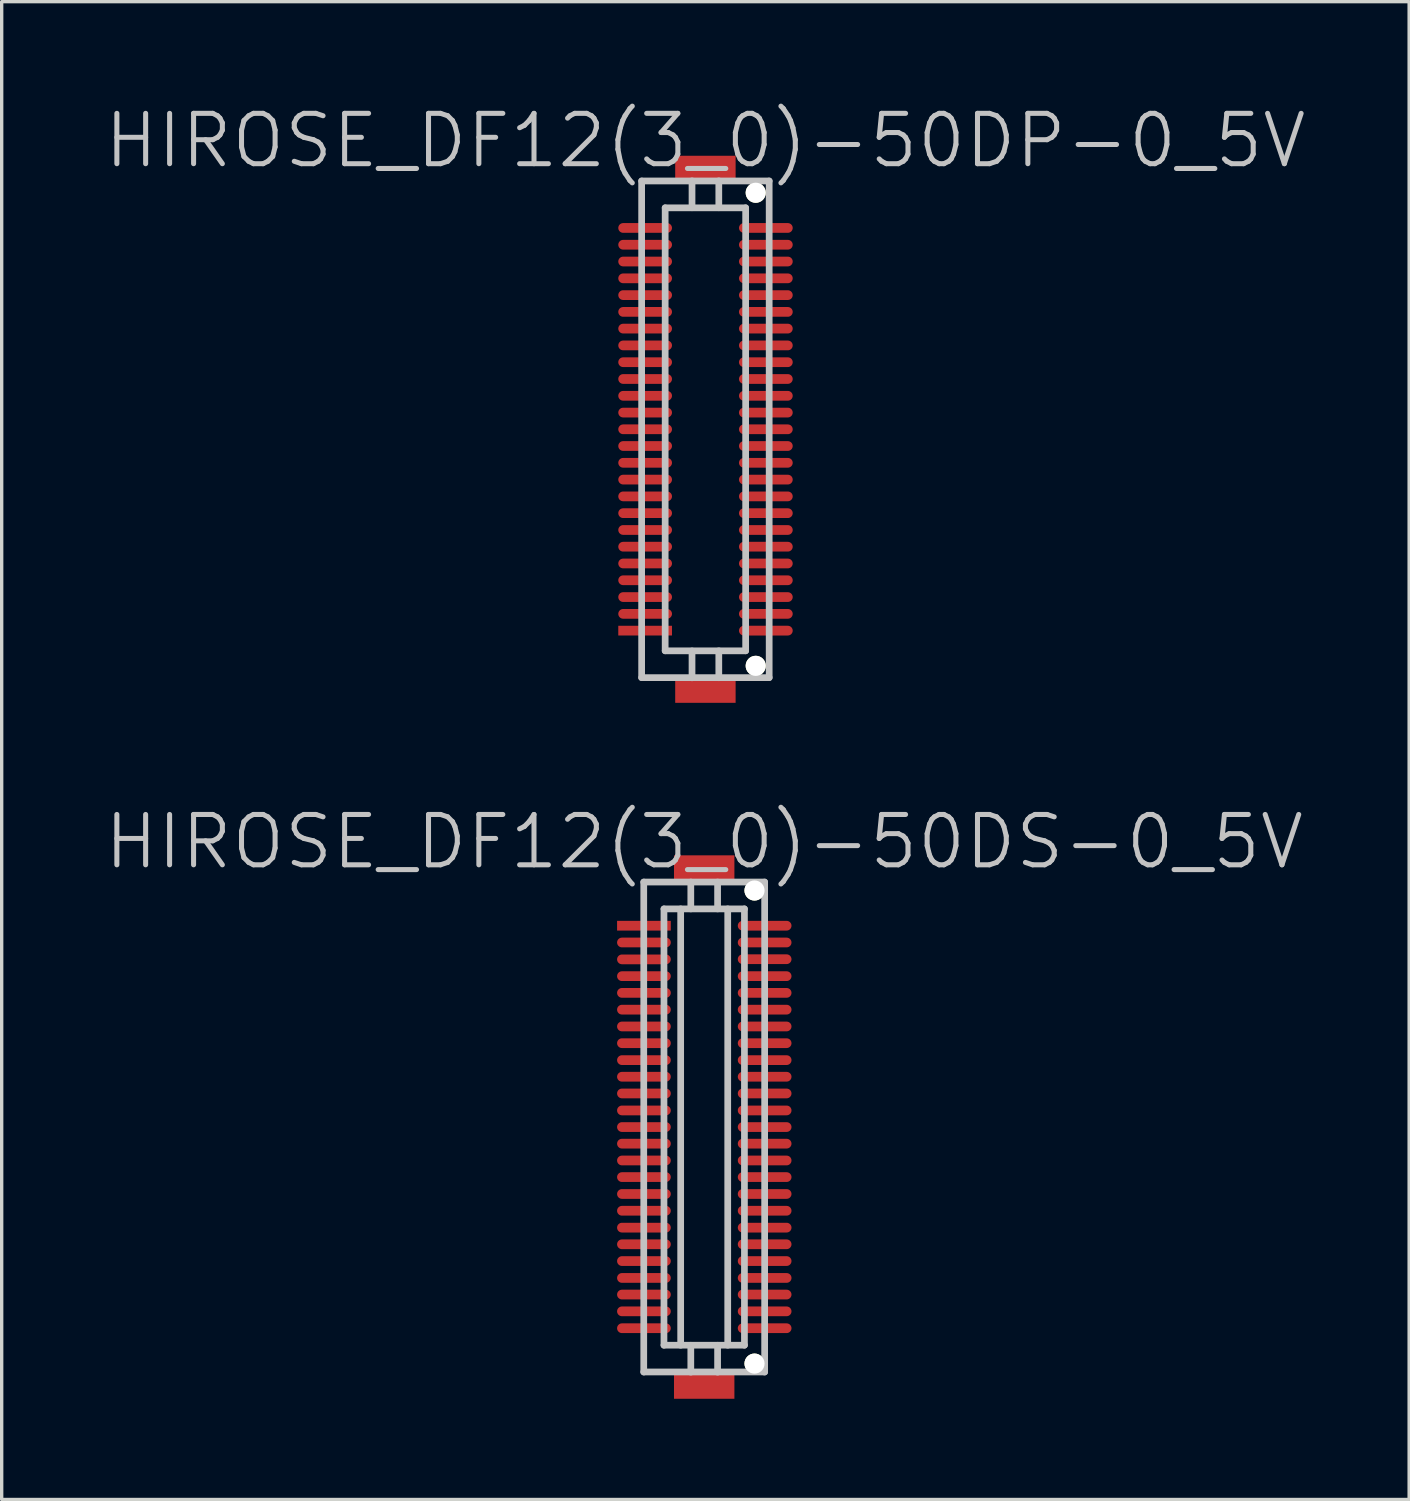
<source format=kicad_pcb>
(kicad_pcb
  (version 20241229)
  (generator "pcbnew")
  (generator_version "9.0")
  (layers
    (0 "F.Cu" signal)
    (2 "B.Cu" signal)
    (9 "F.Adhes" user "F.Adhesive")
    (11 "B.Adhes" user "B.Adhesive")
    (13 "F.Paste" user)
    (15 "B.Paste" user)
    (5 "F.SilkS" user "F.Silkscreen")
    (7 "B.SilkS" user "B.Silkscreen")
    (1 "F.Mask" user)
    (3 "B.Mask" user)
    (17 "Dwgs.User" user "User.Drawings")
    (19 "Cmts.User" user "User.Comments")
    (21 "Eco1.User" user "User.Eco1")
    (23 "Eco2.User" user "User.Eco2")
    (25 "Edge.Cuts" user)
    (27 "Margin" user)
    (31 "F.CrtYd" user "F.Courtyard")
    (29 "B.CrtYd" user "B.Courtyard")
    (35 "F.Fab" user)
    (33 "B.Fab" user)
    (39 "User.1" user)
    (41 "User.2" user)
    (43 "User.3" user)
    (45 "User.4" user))
  (footprint "HIROSE_DF12(3_0)-50DS-0_5V"
    (layer "F.Cu")
    (at 17.932 30.531)
    (property "Reference" "HIROSE_DF12(3_0)-50DS-0_5V" (at 0 -8.5 180) (layer "Dwgs.User") (effects (font (size 1.5 1.5) (thickness 0.15))))
    (attr smd)
    (fp_line (start -1.801 -7.3) (end -1.801 7.3) (stroke (width 0.2) (type solid)) (layer "Dwgs.User"))
    (fp_line (start -1.801 -7.3) (end 1.801 -7.3) (stroke (width 0.2) (type solid)) (layer "Dwgs.User"))
    (fp_line (start -1.199 -6.5) (end 1.199 -6.5) (stroke (width 0.2) (type solid)) (layer "Dwgs.User"))
    (fp_line (start -1.199 6.5) (end -1.199 -6.5) (stroke (width 0.2) (type solid)) (layer "Dwgs.User"))
    (fp_line (start -0.701 -6.5) (end -0.701 6.5) (stroke (width 0.2) (type solid)) (layer "Dwgs.User"))
    (fp_line (start -0.399 -6.5) (end -0.399 -7.3) (stroke (width 0.2) (type solid)) (layer "Dwgs.User"))
    (fp_line (start -0.399 7.303) (end -0.399 6.502) (stroke (width 0.2) (type solid)) (layer "Dwgs.User"))
    (fp_line (start 0.399 -6.5) (end 0.399 -7.3) (stroke (width 0.2) (type solid)) (layer "Dwgs.User"))
    (fp_line (start 0.399 6.502) (end 0.399 7.303) (stroke (width 0.2) (type solid)) (layer "Dwgs.User"))
    (fp_line (start 0.701 -6.5) (end 0.701 6.5) (stroke (width 0.2) (type solid)) (layer "Dwgs.User"))
    (fp_line (start 1.199 -6.5) (end 1.199 6.5) (stroke (width 0.2) (type solid)) (layer "Dwgs.User"))
    (fp_line (start 1.199 6.5) (end -1.199 6.5) (stroke (width 0.2) (type solid)) (layer "Dwgs.User"))
    (fp_line (start 1.801 7.297) (end -1.801 7.297) (stroke (width 0.2) (type solid)) (layer "Dwgs.User"))
    (fp_line (start 1.801 7.3) (end 1.801 -7.3) (stroke (width 0.2) (type solid)) (layer "Dwgs.User"))
    (pad "" smd rect (at 0 -7.696 270) (size 0.8 1.8) (layers "F.Cu" "F.Mask" "F.Paste"))
    (pad "" smd rect (at 0 7.696 270) (size 0.8 1.8) (layers "F.Cu" "F.Mask" "F.Paste"))
    (pad "" np_thru_hole circle (at 1.499 -7.048 270) (size 0.6 0.6) (drill 0.6) (layers "*.Cu" "*.Mask" "F.SilkS"))
    (pad "" np_thru_hole circle (at 1.499 7.048 270) (size 0.6 0.6) (drill 0.6) (layers "*.Cu" "*.Mask" "F.SilkS"))
    (pad "1" smd rect (at -1.796 -5.999 270) (size 0.29 1.6) (layers "F.Cu" "F.Mask" "F.Paste"))
    (pad "2" smd oval (at -1.796 -5.499 270) (size 0.29 1.6) (layers "F.Cu" "F.Mask" "F.Paste"))
    (pad "3" smd oval (at -1.796 -4.996 270) (size 0.29 1.6) (layers "F.Cu" "F.Mask" "F.Paste"))
    (pad "4" smd oval (at -1.796 -4.496 270) (size 0.29 1.6) (layers "F.Cu" "F.Mask" "F.Paste"))
    (pad "5" smd oval (at -1.796 -3.998 270) (size 0.29 1.6) (layers "F.Cu" "F.Mask" "F.Paste"))
    (pad "6" smd oval (at -1.796 -3.498 270) (size 0.29 1.6) (layers "F.Cu" "F.Mask" "F.Paste"))
    (pad "7" smd oval (at -1.796 -2.997 270) (size 0.29 1.6) (layers "F.Cu" "F.Mask" "F.Paste"))
    (pad "8" smd oval (at -1.796 -2.499 270) (size 0.29 1.6) (layers "F.Cu" "F.Mask" "F.Paste"))
    (pad "9" smd oval (at -1.796 -1.994 270) (size 0.29 1.6) (layers "F.Cu" "F.Mask" "F.Paste"))
    (pad "10" smd oval (at -1.796 -1.499 270) (size 0.29 1.6) (layers "F.Cu" "F.Mask" "F.Paste"))
    (pad "11" smd oval (at -1.796 -1.001 270) (size 0.29 1.6) (layers "F.Cu" "F.Mask" "F.Paste"))
    (pad "12" smd oval (at -1.796 -0.495 270) (size 0.29 1.6) (layers "F.Cu" "F.Mask" "F.Paste"))
    (pad "13" smd oval (at -1.796 0 270) (size 0.29 1.6) (layers "F.Cu" "F.Mask" "F.Paste"))
    (pad "14" smd oval (at -1.796 0.495 270) (size 0.29 1.6) (layers "F.Cu" "F.Mask" "F.Paste"))
    (pad "15" smd oval (at -1.796 0.996 270) (size 0.29 1.6) (layers "F.Cu" "F.Mask" "F.Paste"))
    (pad "16" smd oval (at -1.796 1.491 270) (size 0.29 1.6) (layers "F.Cu" "F.Mask" "F.Paste"))
    (pad "17" smd oval (at -1.796 1.994 270) (size 0.29 1.6) (layers "F.Cu" "F.Mask" "F.Paste"))
    (pad "18" smd oval (at -1.796 2.494 270) (size 0.29 1.6) (layers "F.Cu" "F.Mask" "F.Paste"))
    (pad "19" smd oval (at -1.796 2.997 270) (size 0.29 1.6) (layers "F.Cu" "F.Mask" "F.Paste"))
    (pad "20" smd oval (at -1.796 3.493 270) (size 0.29 1.6) (layers "F.Cu" "F.Mask" "F.Paste"))
    (pad "21" smd oval (at -1.796 3.993 270) (size 0.29 1.6) (layers "F.Cu" "F.Mask" "F.Paste"))
    (pad "22" smd oval (at -1.796 4.496 270) (size 0.29 1.6) (layers "F.Cu" "F.Mask" "F.Paste"))
    (pad "23" smd oval (at -1.796 4.991 270) (size 0.29 1.6) (layers "F.Cu" "F.Mask" "F.Paste"))
    (pad "24" smd oval (at -1.796 5.491 270) (size 0.29 1.6) (layers "F.Cu" "F.Mask" "F.Paste"))
    (pad "25" smd oval (at -1.796 5.994 270) (size 0.29 1.6) (layers "F.Cu" "F.Mask" "F.Paste"))
    (pad "26" smd oval (at 1.801 5.994 270) (size 0.29 1.6) (layers "F.Cu" "F.Mask" "F.Paste"))
    (pad "27" smd oval (at 1.801 5.491 270) (size 0.29 1.6) (layers "F.Cu" "F.Mask" "F.Paste"))
    (pad "28" smd oval (at 1.801 4.991 270) (size 0.29 1.6) (layers "F.Cu" "F.Mask" "F.Paste"))
    (pad "29" smd oval (at 1.801 4.496 270) (size 0.29 1.6) (layers "F.Cu" "F.Mask" "F.Paste"))
    (pad "30" smd oval (at 1.801 3.993 270) (size 0.29 1.6) (layers "F.Cu" "F.Mask" "F.Paste"))
    (pad "31" smd oval (at 1.801 3.493 270) (size 0.29 1.6) (layers "F.Cu" "F.Mask" "F.Paste"))
    (pad "32" smd oval (at 1.801 2.997 270) (size 0.29 1.6) (layers "F.Cu" "F.Mask" "F.Paste"))
    (pad "33" smd oval (at 1.801 2.494 270) (size 0.29 1.6) (layers "F.Cu" "F.Mask" "F.Paste"))
    (pad "34" smd oval (at 1.801 1.994 270) (size 0.29 1.6) (layers "F.Cu" "F.Mask" "F.Paste"))
    (pad "35" smd oval (at 1.801 1.491 270) (size 0.29 1.6) (layers "F.Cu" "F.Mask" "F.Paste"))
    (pad "36" smd oval (at 1.801 0.996 270) (size 0.29 1.6) (layers "F.Cu" "F.Mask" "F.Paste"))
    (pad "37" smd oval (at 1.801 0.495 270) (size 0.29 1.6) (layers "F.Cu" "F.Mask" "F.Paste"))
    (pad "38" smd oval (at 1.801 0 270) (size 0.29 1.6) (layers "F.Cu" "F.Mask" "F.Paste"))
    (pad "39" smd oval (at 1.801 -0.495 270) (size 0.29 1.6) (layers "F.Cu" "F.Mask" "F.Paste"))
    (pad "40" smd oval (at 1.801 -1.001 270) (size 0.29 1.6) (layers "F.Cu" "F.Mask" "F.Paste"))
    (pad "41" smd oval (at 1.801 -1.499 270) (size 0.29 1.6) (layers "F.Cu" "F.Mask" "F.Paste"))
    (pad "42" smd oval (at 1.801 -1.994 270) (size 0.29 1.6) (layers "F.Cu" "F.Mask" "F.Paste"))
    (pad "43" smd oval (at 1.801 -2.499 270) (size 0.29 1.6) (layers "F.Cu" "F.Mask" "F.Paste"))
    (pad "44" smd oval (at 1.801 -2.997 270) (size 0.29 1.6) (layers "F.Cu" "F.Mask" "F.Paste"))
    (pad "45" smd oval (at 1.801 -3.498 270) (size 0.29 1.6) (layers "F.Cu" "F.Mask" "F.Paste"))
    (pad "46" smd oval (at 1.801 -3.998 270) (size 0.29 1.6) (layers "F.Cu" "F.Mask" "F.Paste"))
    (pad "47" smd oval (at 1.801 -4.496 270) (size 0.29 1.6) (layers "F.Cu" "F.Mask" "F.Paste"))
    (pad "48" smd oval (at 1.801 -5.001 270) (size 0.29 1.6) (layers "F.Cu" "F.Mask" "F.Paste"))
    (pad "49" smd oval (at 1.801 -5.499 270) (size 0.29 1.6) (layers "F.Cu" "F.Mask" "F.Paste"))
    (pad "50" smd oval (at 1.801 -5.999 270) (size 0.29 1.6) (layers "F.Cu" "F.Mask" "F.Paste")))
  (footprint "HIROSE_DF12(3_0)-50DP-0_5V"
    (layer "F.Cu")
    (at 17.968 9.741)
    (property "Reference" "HIROSE_DF12(3_0)-50DP-0_5V" (at 0 -8.6 180) (layer "Dwgs.User") (effects (font (size 1.5 1.5) (thickness 0.15))))
    (attr smd)
    (fp_line (start -1.9 -7.399) (end -1.9 7.399) (stroke (width 0.2) (type solid)) (layer "Dwgs.User"))
    (fp_line (start -1.9 7.399) (end 1.9 7.399) (stroke (width 0.2) (type solid)) (layer "Dwgs.User"))
    (fp_line (start -1.199 -6.599) (end 1.199 -6.599) (stroke (width 0.2) (type solid)) (layer "Dwgs.User"))
    (fp_line (start -1.199 6.599) (end -1.199 -6.599) (stroke (width 0.2) (type solid)) (layer "Dwgs.User"))
    (fp_line (start -0.399 -6.601) (end -0.399 -7.402) (stroke (width 0.2) (type solid)) (layer "Dwgs.User"))
    (fp_line (start -0.399 7.404) (end -0.399 6.604) (stroke (width 0.2) (type solid)) (layer "Dwgs.User"))
    (fp_line (start 0.399 -6.601) (end 0.399 -7.402) (stroke (width 0.2) (type solid)) (layer "Dwgs.User"))
    (fp_line (start 0.399 6.601) (end 0.399 7.402) (stroke (width 0.2) (type solid)) (layer "Dwgs.User"))
    (fp_line (start 1.199 -6.599) (end 1.199 6.599) (stroke (width 0.2) (type solid)) (layer "Dwgs.User"))
    (fp_line (start 1.199 6.601) (end -1.199 6.601) (stroke (width 0.2) (type solid)) (layer "Dwgs.User"))
    (fp_line (start 1.9 -7.399) (end -1.9 -7.399) (stroke (width 0.2) (type solid)) (layer "Dwgs.User"))
    (fp_line (start 1.9 7.399) (end 1.9 -7.399) (stroke (width 0.2) (type solid)) (layer "Dwgs.User"))
    (pad "" smd rect (at 0 -7.75 270) (size 0.8 1.8) (layers "F.Cu" "F.Mask" "F.Paste"))
    (pad "" smd rect (at 0 7.75 270) (size 0.8 1.8) (layers "F.Cu" "F.Mask" "F.Paste"))
    (pad "" np_thru_hole circle (at 1.499 -7.048 270) (size 0.6 0.6) (drill 0.6) (layers "*.Cu" "*.Mask" "F.SilkS"))
    (pad "" np_thru_hole circle (at 1.499 7.048 270) (size 0.6 0.6) (drill 0.6) (layers "*.Cu" "*.Mask" "F.SilkS"))
    (pad "1" smd rect (at -1.796 5.999 270) (size 0.29 1.6) (layers "F.Cu" "F.Mask" "F.Paste"))
    (pad "2" smd oval (at -1.796 5.499 270) (size 0.29 1.6) (layers "F.Cu" "F.Mask" "F.Paste"))
    (pad "3" smd oval (at -1.796 4.999 270) (size 0.29 1.6) (layers "F.Cu" "F.Mask" "F.Paste"))
    (pad "4" smd oval (at -1.796 4.498 270) (size 0.29 1.6) (layers "F.Cu" "F.Mask" "F.Paste"))
    (pad "5" smd oval (at -1.796 3.998 270) (size 0.29 1.6) (layers "F.Cu" "F.Mask" "F.Paste"))
    (pad "6" smd oval (at -1.796 3.498 270) (size 0.29 1.6) (layers "F.Cu" "F.Mask" "F.Paste"))
    (pad "7" smd oval (at -1.796 3 270) (size 0.29 1.6) (layers "F.Cu" "F.Mask" "F.Paste"))
    (pad "8" smd oval (at -1.796 2.499 270) (size 0.29 1.6) (layers "F.Cu" "F.Mask" "F.Paste"))
    (pad "9" smd oval (at -1.796 1.999 270) (size 0.29 1.6) (layers "F.Cu" "F.Mask" "F.Paste"))
    (pad "10" smd oval (at -1.796 1.499 270) (size 0.29 1.6) (layers "F.Cu" "F.Mask" "F.Paste"))
    (pad "11" smd oval (at -1.796 0.998 270) (size 0.29 1.6) (layers "F.Cu" "F.Mask" "F.Paste"))
    (pad "12" smd oval (at -1.796 0.498 270) (size 0.29 1.6) (layers "F.Cu" "F.Mask" "F.Paste"))
    (pad "13" smd oval (at -1.796 0 270) (size 0.29 1.6) (layers "F.Cu" "F.Mask" "F.Paste"))
    (pad "14" smd oval (at -1.796 -0.498 270) (size 0.29 1.6) (layers "F.Cu" "F.Mask" "F.Paste"))
    (pad "15" smd oval (at -1.796 -0.998 270) (size 0.29 1.6) (layers "F.Cu" "F.Mask" "F.Paste"))
    (pad "16" smd oval (at -1.796 -1.499 270) (size 0.29 1.6) (layers "F.Cu" "F.Mask" "F.Paste"))
    (pad "17" smd oval (at -1.796 -1.999 270) (size 0.29 1.6) (layers "F.Cu" "F.Mask" "F.Paste"))
    (pad "18" smd oval (at -1.796 -2.499 270) (size 0.29 1.6) (layers "F.Cu" "F.Mask" "F.Paste"))
    (pad "19" smd oval (at -1.796 -3 270) (size 0.29 1.6) (layers "F.Cu" "F.Mask" "F.Paste"))
    (pad "20" smd oval (at -1.796 -3.498 270) (size 0.29 1.6) (layers "F.Cu" "F.Mask" "F.Paste"))
    (pad "21" smd oval (at -1.796 -3.998 270) (size 0.29 1.6) (layers "F.Cu" "F.Mask" "F.Paste"))
    (pad "22" smd oval (at -1.796 -4.498 270) (size 0.29 1.6) (layers "F.Cu" "F.Mask" "F.Paste"))
    (pad "23" smd oval (at -1.796 -4.999 270) (size 0.29 1.6) (layers "F.Cu" "F.Mask" "F.Paste"))
    (pad "24" smd oval (at -1.796 -5.499 270) (size 0.29 1.6) (layers "F.Cu" "F.Mask" "F.Paste"))
    (pad "25" smd oval (at -1.796 -5.999 270) (size 0.29 1.6) (layers "F.Cu" "F.Mask" "F.Paste"))
    (pad "26" smd oval (at 1.801 -5.999 270) (size 0.29 1.6) (layers "F.Cu" "F.Mask" "F.Paste"))
    (pad "27" smd oval (at 1.801 -5.499 270) (size 0.29 1.6) (layers "F.Cu" "F.Mask" "F.Paste"))
    (pad "28" smd oval (at 1.801 -4.999 270) (size 0.29 1.6) (layers "F.Cu" "F.Mask" "F.Paste"))
    (pad "29" smd oval (at 1.801 -4.498 270) (size 0.29 1.6) (layers "F.Cu" "F.Mask" "F.Paste"))
    (pad "30" smd oval (at 1.801 -3.998 270) (size 0.29 1.6) (layers "F.Cu" "F.Mask" "F.Paste"))
    (pad "31" smd oval (at 1.801 -3.498 270) (size 0.29 1.6) (layers "F.Cu" "F.Mask" "F.Paste"))
    (pad "32" smd oval (at 1.801 -3 270) (size 0.29 1.6) (layers "F.Cu" "F.Mask" "F.Paste"))
    (pad "33" smd oval (at 1.801 -2.499 270) (size 0.29 1.6) (layers "F.Cu" "F.Mask" "F.Paste"))
    (pad "34" smd oval (at 1.801 -1.999 270) (size 0.29 1.6) (layers "F.Cu" "F.Mask" "F.Paste"))
    (pad "35" smd oval (at 1.801 -1.499 270) (size 0.29 1.6) (layers "F.Cu" "F.Mask" "F.Paste"))
    (pad "36" smd oval (at 1.801 -0.998 270) (size 0.29 1.6) (layers "F.Cu" "F.Mask" "F.Paste"))
    (pad "37" smd oval (at 1.801 -0.498 270) (size 0.29 1.6) (layers "F.Cu" "F.Mask" "F.Paste"))
    (pad "38" smd oval (at 1.801 0 270) (size 0.29 1.6) (layers "F.Cu" "F.Mask" "F.Paste"))
    (pad "39" smd oval (at 1.801 0.498 270) (size 0.29 1.6) (layers "F.Cu" "F.Mask" "F.Paste"))
    (pad "40" smd oval (at 1.801 0.998 270) (size 0.29 1.6) (layers "F.Cu" "F.Mask" "F.Paste"))
    (pad "41" smd oval (at 1.801 1.499 270) (size 0.29 1.6) (layers "F.Cu" "F.Mask" "F.Paste"))
    (pad "42" smd oval (at 1.801 1.999 270) (size 0.29 1.6) (layers "F.Cu" "F.Mask" "F.Paste"))
    (pad "43" smd oval (at 1.801 2.499 270) (size 0.29 1.6) (layers "F.Cu" "F.Mask" "F.Paste"))
    (pad "44" smd oval (at 1.801 3 270) (size 0.29 1.6) (layers "F.Cu" "F.Mask" "F.Paste"))
    (pad "45" smd oval (at 1.801 3.498 270) (size 0.29 1.6) (layers "F.Cu" "F.Mask" "F.Paste"))
    (pad "46" smd oval (at 1.801 3.998 270) (size 0.29 1.6) (layers "F.Cu" "F.Mask" "F.Paste"))
    (pad "47" smd oval (at 1.801 4.498 270) (size 0.29 1.6) (layers "F.Cu" "F.Mask" "F.Paste"))
    (pad "48" smd oval (at 1.801 4.999 270) (size 0.29 1.6) (layers "F.Cu" "F.Mask" "F.Paste"))
    (pad "49" smd oval (at 1.801 5.499 270) (size 0.29 1.6) (layers "F.Cu" "F.Mask" "F.Paste"))
    (pad "50" smd oval (at 1.801 5.999 270) (size 0.29 1.6) (layers "F.Cu" "F.Mask" "F.Paste")))
  (gr_rect
    (start -3 -3)
    (end 38.936 41.627)
    (stroke (width 0.1) (type default))
    (fill no)
    (layer "Edge.Cuts")))
</source>
